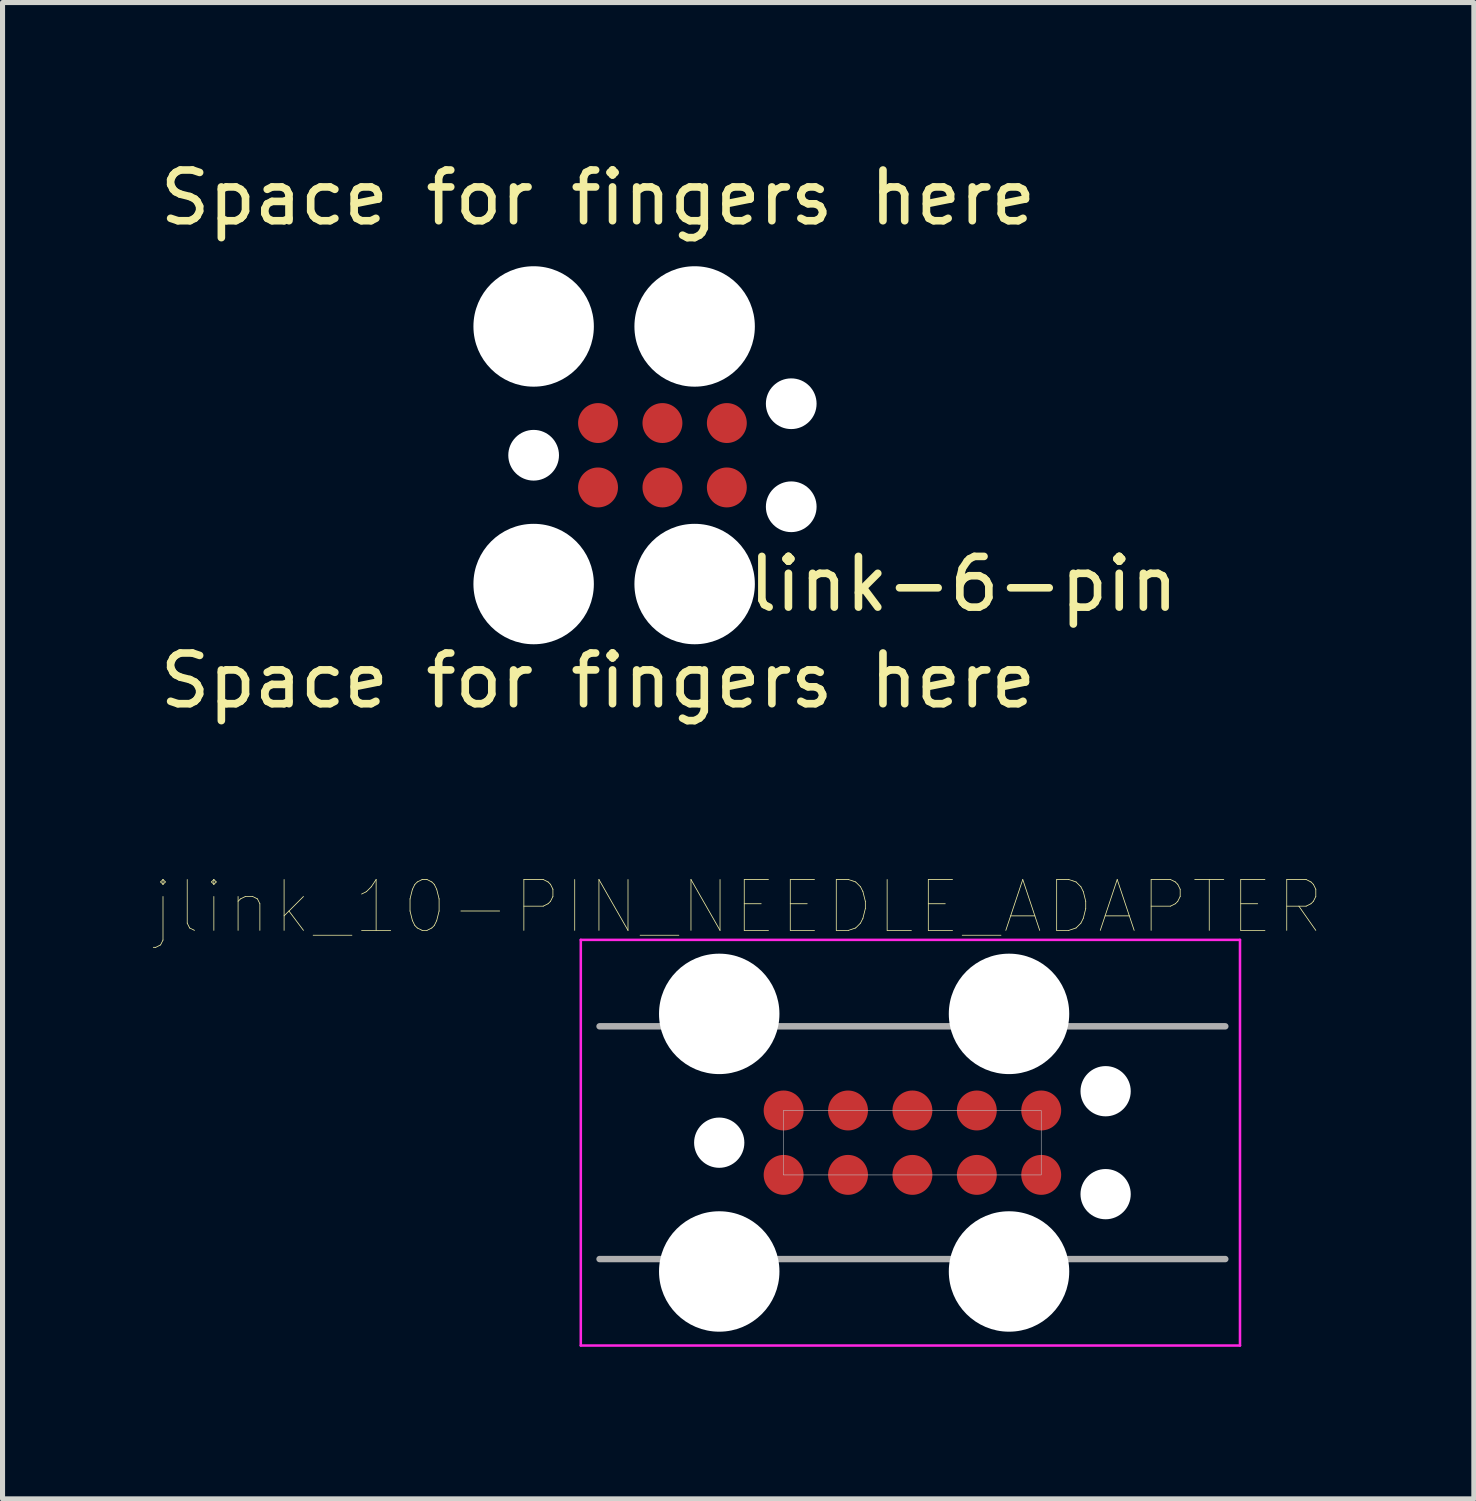
<source format=kicad_pcb>
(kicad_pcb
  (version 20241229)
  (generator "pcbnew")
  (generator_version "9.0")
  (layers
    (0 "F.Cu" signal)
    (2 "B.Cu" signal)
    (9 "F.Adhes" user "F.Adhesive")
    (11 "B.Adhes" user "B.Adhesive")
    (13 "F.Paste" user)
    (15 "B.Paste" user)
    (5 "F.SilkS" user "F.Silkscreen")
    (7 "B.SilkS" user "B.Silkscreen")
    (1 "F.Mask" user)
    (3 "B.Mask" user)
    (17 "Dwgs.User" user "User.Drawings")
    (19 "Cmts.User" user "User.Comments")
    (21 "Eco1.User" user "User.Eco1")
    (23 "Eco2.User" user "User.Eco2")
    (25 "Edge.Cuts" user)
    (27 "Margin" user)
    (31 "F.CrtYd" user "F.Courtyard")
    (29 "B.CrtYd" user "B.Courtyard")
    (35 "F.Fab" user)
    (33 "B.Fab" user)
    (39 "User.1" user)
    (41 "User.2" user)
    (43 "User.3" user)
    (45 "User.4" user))
  (footprint "j-link-6-pin"
    (layer "F.Cu")
    (at 7.474 5.928)
    (property "Reference" "j-link-6-pin" (at 7.62 2.54 180) (layer "F.SilkS") (effects (font (size 1 1) (thickness 0.15))))
    (attr through_hole)
    (fp_text user "Space for fingers here" (at 1.27 -5.08 0) (layer "F.SilkS") (effects (font (size 1 1) (thickness 0.15))))
    (fp_text user "Space for fingers here" (at 1.27 4.445 0) (layer "F.SilkS") (effects (font (size 1 1) (thickness 0.15))))
    (pad "" np_thru_hole circle (at 0 -2.54) (size 2.375 2.375) (drill 2.375) (layers "*.Cu" "*.Mask"))
    (pad "" np_thru_hole circle (at 0 0) (size 1 1) (drill 1) (layers "*.Cu" "*.Mask"))
    (pad "" np_thru_hole circle (at 0 2.54) (size 2.375 2.375) (drill 2.375) (layers "*.Cu" "*.Mask"))
    (pad "" np_thru_hole circle (at 3.175 -2.54) (size 2.375 2.375) (drill 2.375) (layers "*.Cu" "*.Mask"))
    (pad "" np_thru_hole circle (at 3.175 2.54) (size 2.375 2.375) (drill 2.375) (layers "*.Cu" "*.Mask"))
    (pad "" np_thru_hole circle (at 5.08 -1.016) (size 1 1) (drill 1) (layers "*.Cu" "*.Mask"))
    (pad "" np_thru_hole circle (at 5.08 1.016) (size 1 1) (drill 1) (layers "*.Cu" "*.Mask"))
    (pad "1" smd circle (at 1.27 0.635) (size 0.787 0.787) (layers "F.Cu" "F.Mask"))
    (pad "2" smd circle (at 1.27 -0.635) (size 0.787 0.787) (layers "F.Cu" "F.Mask"))
    (pad "3" smd circle (at 2.54 0.635) (size 0.787 0.787) (layers "F.Cu" "F.Mask"))
    (pad "4" smd circle (at 2.54 -0.635) (size 0.787 0.787) (layers "F.Cu" "F.Mask"))
    (pad "5" smd circle (at 3.81 0.635) (size 0.787 0.787) (layers "F.Cu" "F.Mask"))
    (pad "6" smd circle (at 3.81 -0.635) (size 0.787 0.787) (layers "F.Cu" "F.Mask")))
  (footprint "jlink_10-PIN_NEEDLE_ADAPTER"
    (layer "F.Cu")
    (at 14.944 19.485)
    (property "Reference" "jlink_10-PIN_NEEDLE_ADAPTER" (at -3.436 -4.65 0) (layer "F.SilkS") (effects (font (size 1.003 1.003) (thickness 0.015))))
    (attr through_hole)
    (fp_poly (pts (xy -2.546 -0.635) (xy 2.54 -0.635) (xy 2.54 0.636) (xy -2.546 0.636)) (stroke (width 0.01) (type solid)) (fill no) (layer "Dwgs.User"))
    (fp_line (start -6.54 -4) (end -6.54 4) (stroke (width 0.05) (type solid)) (layer "F.CrtYd"))
    (fp_line (start -6.54 4) (end 6.46 4) (stroke (width 0.05) (type solid)) (layer "F.CrtYd"))
    (fp_line (start 6.46 -4) (end -6.54 -4) (stroke (width 0.05) (type solid)) (layer "F.CrtYd"))
    (fp_line (start 6.46 4) (end 6.46 -4) (stroke (width 0.05) (type solid)) (layer "F.CrtYd"))
    (fp_line (start -6.17 2.295) (end 6.17 2.295) (stroke (width 0.127) (type solid)) (layer "F.Fab"))
    (fp_line (start 6.17 -2.295) (end -6.17 -2.295) (stroke (width 0.127) (type solid)) (layer "F.Fab"))
    (pad "" np_thru_hole circle (at -3.81 -2.54) (size 2.375 2.375) (drill 2.375) (layers "*.Cu" "*.Mask"))
    (pad "" np_thru_hole circle (at -3.81 0) (size 0.991 0.991) (drill 0.991) (layers "*.Cu" "*.Mask"))
    (pad "" np_thru_hole circle (at -3.81 2.54) (size 2.375 2.375) (drill 2.375) (layers "*.Cu" "*.Mask"))
    (pad "" np_thru_hole circle (at 1.905 -2.54) (size 2.375 2.375) (drill 2.375) (layers "*.Cu" "*.Mask"))
    (pad "" np_thru_hole circle (at 1.905 2.54) (size 2.375 2.375) (drill 2.375) (layers "*.Cu" "*.Mask"))
    (pad "" np_thru_hole circle (at 3.81 -1.015) (size 0.991 0.991) (drill 0.991) (layers "*.Cu" "*.Mask"))
    (pad "" np_thru_hole circle (at 3.81 1.015) (size 0.991 0.991) (drill 0.991) (layers "*.Cu" "*.Mask"))
    (pad "1" smd circle (at -2.54 0.635) (size 0.787 0.787) (layers "F.Cu" "F.Mask"))
    (pad "2" smd circle (at -1.27 0.635) (size 0.787 0.787) (layers "F.Cu" "F.Mask"))
    (pad "3" smd circle (at 0 0.635) (size 0.787 0.787) (layers "F.Cu" "F.Mask"))
    (pad "4" smd circle (at 1.27 0.635) (size 0.787 0.787) (layers "F.Cu" "F.Mask"))
    (pad "5" smd circle (at 2.54 0.635) (size 0.787 0.787) (layers "F.Cu" "F.Mask"))
    (pad "6" smd circle (at 2.54 -0.635) (size 0.787 0.787) (layers "F.Cu" "F.Mask"))
    (pad "7" smd circle (at 1.27 -0.635) (size 0.787 0.787) (layers "F.Cu" "F.Mask"))
    (pad "8" smd circle (at 0 -0.635) (size 0.787 0.787) (layers "F.Cu" "F.Mask"))
    (pad "9" smd circle (at -1.27 -0.635) (size 0.787 0.787) (layers "F.Cu" "F.Mask"))
    (pad "10" smd circle (at -2.54 -0.635) (size 0.787 0.787) (layers "F.Cu" "F.Mask")))
  (gr_rect
    (start -3 -3)
    (end 26.016 26.51)
    (stroke (width 0.1) (type default))
    (fill no)
    (layer "Edge.Cuts")))
</source>
